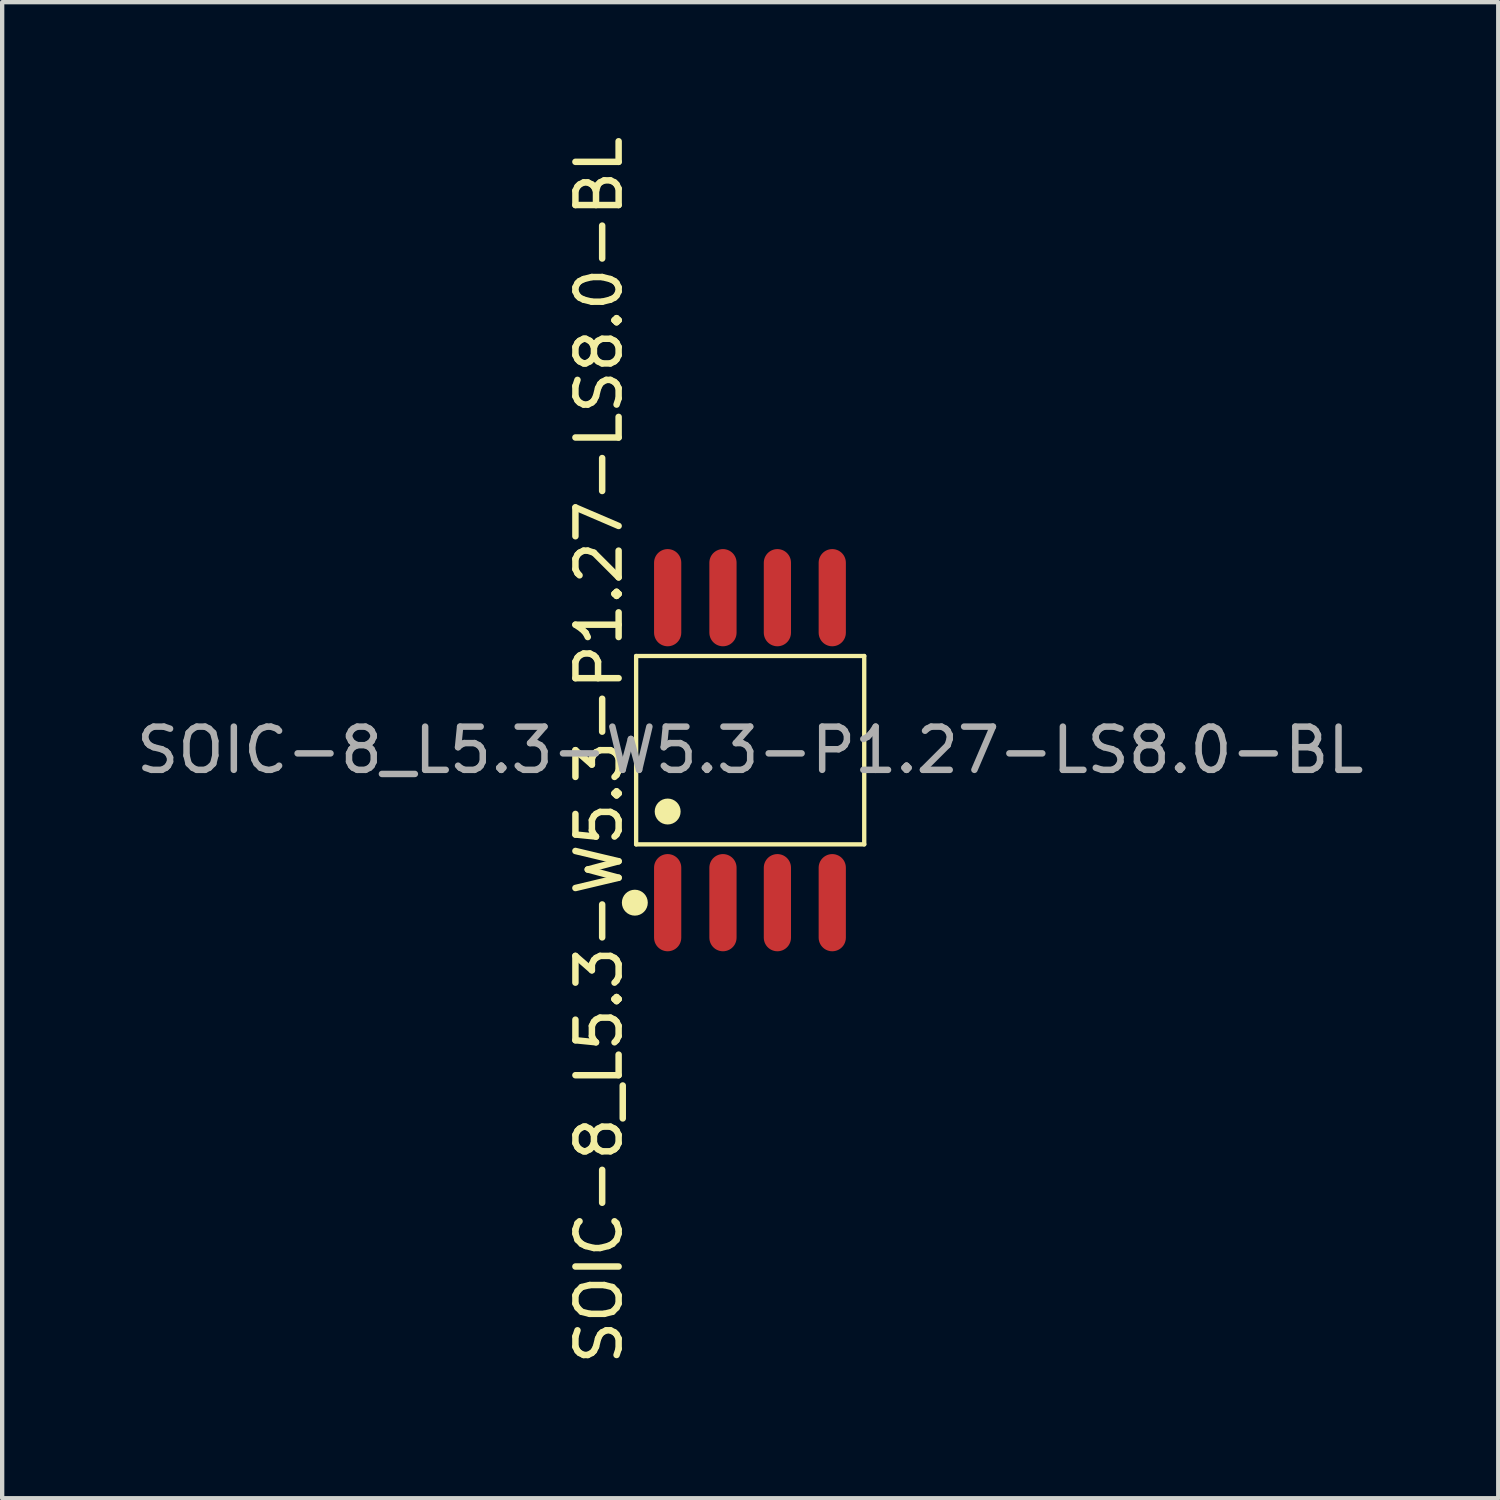
<source format=kicad_pcb>
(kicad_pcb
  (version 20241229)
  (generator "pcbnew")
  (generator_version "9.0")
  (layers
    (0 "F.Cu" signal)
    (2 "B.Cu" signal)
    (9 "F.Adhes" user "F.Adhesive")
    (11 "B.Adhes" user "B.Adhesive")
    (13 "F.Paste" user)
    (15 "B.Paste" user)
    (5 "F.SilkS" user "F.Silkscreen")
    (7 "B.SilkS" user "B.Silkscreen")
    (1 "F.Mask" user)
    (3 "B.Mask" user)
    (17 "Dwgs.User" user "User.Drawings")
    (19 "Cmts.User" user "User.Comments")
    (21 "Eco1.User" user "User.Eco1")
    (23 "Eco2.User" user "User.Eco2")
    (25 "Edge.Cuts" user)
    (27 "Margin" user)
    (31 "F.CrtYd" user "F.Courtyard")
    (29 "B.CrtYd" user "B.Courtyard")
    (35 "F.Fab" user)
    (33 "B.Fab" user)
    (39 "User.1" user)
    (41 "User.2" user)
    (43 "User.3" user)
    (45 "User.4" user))
  (footprint "SOIC-8_L5.3-W5.3-P1.27-LS8.0-BL"
    (layer "F.Cu")
    (at 14.315 14.315)
    (property "Reference" "SOIC-8_L5.3-W5.3-P1.27-LS8.0-BL" (at -3.5 0 90) (layer "F.SilkS") (effects (font (size 1 1) (thickness 0.15))))
    (attr smd)
    (fp_line (start -2.64 -2.18) (end -2.64 2.18) (stroke (width 0.1) (type default)) (layer "F.SilkS"))
    (fp_line (start -2.64 2.18) (end 2.64 2.18) (stroke (width 0.1) (type default)) (layer "F.SilkS"))
    (fp_line (start 2.64 -2.18) (end -2.64 -2.18) (stroke (width 0.1) (type default)) (layer "F.SilkS"))
    (fp_line (start 2.64 2.18) (end 2.64 -2.18) (stroke (width 0.1) (type default)) (layer "F.SilkS"))
    (fp_circle (center -2.67 3.53) (end -2.52 3.53) (stroke (width 0.3) (type solid)) (fill no) (layer "F.SilkS"))
    (fp_circle (center -1.91 1.42) (end -1.76 1.42) (stroke (width 0.3) (type solid)) (fill no) (layer "F.SilkS"))
    (fp_text user "${REFERENCE}" (at 0 0 0) (layer "F.Fab") (effects (font (size 1 1) (thickness 0.15))))
    (pad "1" smd oval (at -1.91 3.53) (size 0.63 2.25) (layers "F.Cu" "F.Mask" "F.Paste"))
    (pad "2" smd oval (at -0.63 3.53) (size 0.63 2.25) (layers "F.Cu" "F.Mask" "F.Paste"))
    (pad "3" smd oval (at 0.63 3.53) (size 0.63 2.25) (layers "F.Cu" "F.Mask" "F.Paste"))
    (pad "4" smd oval (at 1.9 3.53) (size 0.63 2.25) (layers "F.Cu" "F.Mask" "F.Paste"))
    (pad "5" smd oval (at 1.9 -3.53) (size 0.63 2.25) (layers "F.Cu" "F.Mask" "F.Paste"))
    (pad "6" smd oval (at 0.63 -3.53) (size 0.63 2.25) (layers "F.Cu" "F.Mask" "F.Paste"))
    (pad "7" smd oval (at -0.63 -3.53) (size 0.63 2.25) (layers "F.Cu" "F.Mask" "F.Paste"))
    (pad "8" smd oval (at -1.91 -3.53) (size 0.63 2.25) (layers "F.Cu" "F.Mask" "F.Paste"))
    (zone (net_name "") (layer "F.SilkS") (hatch edge 0.5) (connect_pads) (min_thickness 0.25) (filled_areas_thickness no) (keepout (tracks allowed) (vias allowed) (pads not_allowed) (copperpour allowed) (footprints not_allowed)) (placement (enabled no)) (fill) (polygon (pts (xy 16.955 12.135) (xy 11.675 12.135) (xy 11.675 16.495) (xy 16.955 16.495)))))
  (gr_rect
    (start -3 -3)
    (end 31.631 31.631)
    (stroke (width 0.1) (type default))
    (fill no)
    (layer "Edge.Cuts")))
</source>
